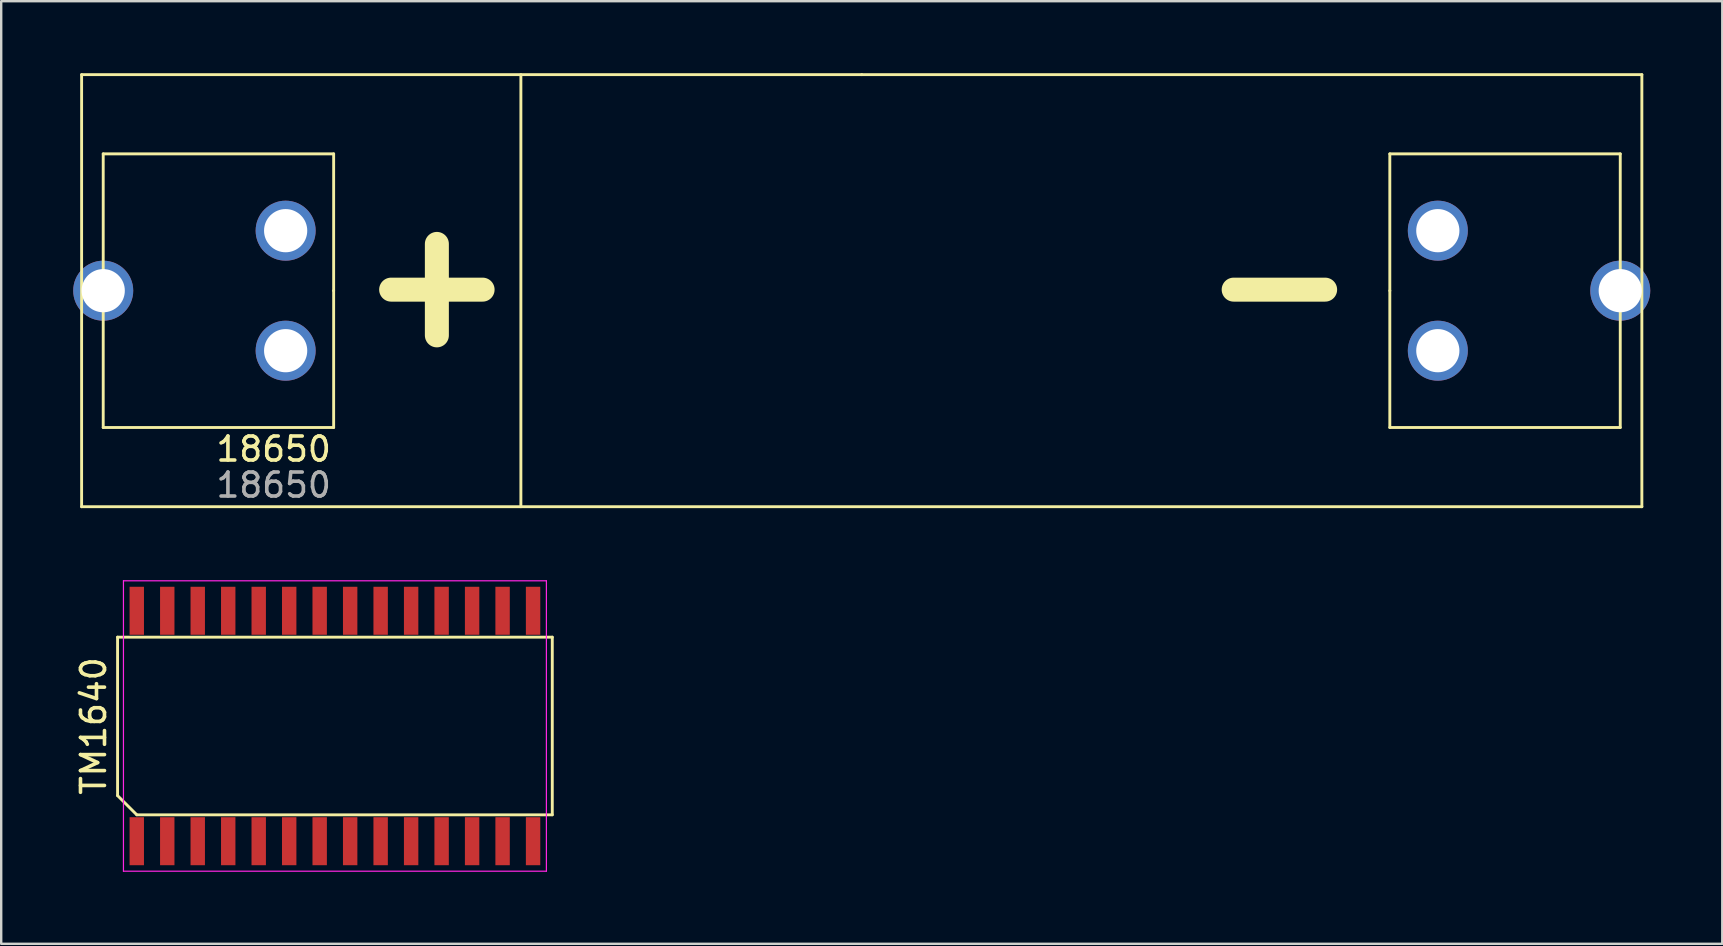
<source format=kicad_pcb>
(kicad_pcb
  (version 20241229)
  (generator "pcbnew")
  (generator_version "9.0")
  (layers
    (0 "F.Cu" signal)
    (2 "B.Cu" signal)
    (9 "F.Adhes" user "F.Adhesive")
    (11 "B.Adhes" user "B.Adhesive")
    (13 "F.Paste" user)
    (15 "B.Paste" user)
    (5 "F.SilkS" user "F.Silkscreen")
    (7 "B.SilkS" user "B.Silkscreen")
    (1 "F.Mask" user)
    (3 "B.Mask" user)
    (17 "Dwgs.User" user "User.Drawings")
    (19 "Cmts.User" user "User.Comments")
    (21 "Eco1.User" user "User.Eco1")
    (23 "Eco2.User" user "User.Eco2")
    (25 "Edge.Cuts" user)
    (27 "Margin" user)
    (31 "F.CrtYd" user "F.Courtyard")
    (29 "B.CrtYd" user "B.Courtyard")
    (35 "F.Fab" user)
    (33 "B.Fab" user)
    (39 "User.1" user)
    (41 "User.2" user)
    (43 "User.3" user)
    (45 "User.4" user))
  (footprint "18650"
    (layer "F.Cu")
    (at 8.85 9.06)
    (property "Reference" "18650" (at -0.5 6.6 0) (unlocked yes) (layer "F.SilkS") (effects (font (size 1 1) (thickness 0.15))))
    (attr through_hole)
    (fp_line (start -8.5 -9) (end -8.5 9) (stroke (width 0.12) (type solid)) (layer "F.SilkS"))
    (fp_line (start -8.5 9) (end 56.5 9) (stroke (width 0.12) (type solid)) (layer "F.SilkS"))
    (fp_line (start -7.6 -5.7) (end -7.6 5.7) (stroke (width 0.12) (type solid)) (layer "F.SilkS"))
    (fp_line (start -7.6 5.7) (end 2 5.7) (stroke (width 0.12) (type solid)) (layer "F.SilkS"))
    (fp_line (start 2 -5.7) (end -7.6 -5.7) (stroke (width 0.12) (type solid)) (layer "F.SilkS"))
    (fp_line (start 2 0) (end 2 -5.7) (stroke (width 0.12) (type solid)) (layer "F.SilkS"))
    (fp_line (start 2 5.7) (end 2 0) (stroke (width 0.12) (type solid)) (layer "F.SilkS"))
    (fp_line (start 9.8 9) (end 9.8 -9) (stroke (width 0.12) (type solid)) (layer "F.SilkS"))
    (fp_line (start 24 -9) (end -8.5 -9) (stroke (width 0.12) (type solid)) (layer "F.SilkS"))
    (fp_line (start 46 -5.7) (end 55.6 -5.7) (stroke (width 0.12) (type solid)) (layer "F.SilkS"))
    (fp_line (start 46 0) (end 46 -5.7) (stroke (width 0.12) (type solid)) (layer "F.SilkS"))
    (fp_line (start 46 5.7) (end 46 0) (stroke (width 0.12) (type solid)) (layer "F.SilkS"))
    (fp_line (start 55.6 -5.7) (end 55.6 5.7) (stroke (width 0.12) (type solid)) (layer "F.SilkS"))
    (fp_line (start 55.6 5.7) (end 46 5.7) (stroke (width 0.12) (type solid)) (layer "F.SilkS"))
    (fp_line (start 56.5 -9) (end 24 -9) (stroke (width 0.12) (type solid)) (layer "F.SilkS"))
    (fp_line (start 56.5 9) (end 56.5 -9) (stroke (width 0.12) (type solid)) (layer "F.SilkS"))
    (fp_text user "+" (at 6.3 -0.4 0) (unlocked yes) (layer "F.SilkS") (effects (font (size 5 5) (thickness 1))))
    (fp_text user "-" (at 41.4 -0.4 0) (unlocked yes) (layer "F.SilkS") (effects (font (size 5 5) (thickness 1))))
    (fp_text user "${REFERENCE}" (at -0.5 8.1 0) (unlocked yes) (layer "F.Fab") (effects (font (size 1 1) (thickness 0.15))))
    (pad "1" thru_hole circle (at -7.6 0) (size 2.5 2.5) (drill 1.8) (layers "*.Cu" "*.Mask"))
    (pad "1" thru_hole circle (at 0 -2.5) (size 2.5 2.5) (drill 1.8) (layers "*.Cu" "*.Mask"))
    (pad "1" thru_hole circle (at 0 2.5) (size 2.5 2.5) (drill 1.8) (layers "*.Cu" "*.Mask"))
    (pad "2" thru_hole circle (at 48 -2.5) (size 2.5 2.5) (drill 1.8) (layers "*.Cu" "*.Mask"))
    (pad "2" thru_hole circle (at 48 2.5) (size 2.5 2.5) (drill 1.8) (layers "*.Cu" "*.Mask"))
    (pad "2" thru_hole circle (at 55.6 0) (size 2.5 2.5) (drill 1.8) (layers "*.Cu" "*.Mask")))
  (footprint "TM1640"
    (layer "F.Cu")
    (at 10.903 27.195)
    (property "Reference" "TM1640" (at -10.055 0 90) (layer "F.SilkS") (effects (font (size 1 1) (thickness 0.15))))
    (attr smd)
    (fp_line (start -9.055 -3.7) (end 9.055 -3.7) (stroke (width 0.12) (type solid)) (layer "F.SilkS"))
    (fp_line (start -9.055 2.9) (end -9.055 -3.7) (stroke (width 0.12) (type solid)) (layer "F.SilkS"))
    (fp_line (start -8.255 3.7) (end -9.055 2.9) (stroke (width 0.12) (type solid)) (layer "F.SilkS"))
    (fp_line (start 9.055 -3.7) (end 9.055 3.7) (stroke (width 0.12) (type solid)) (layer "F.SilkS"))
    (fp_line (start 9.055 3.7) (end -8.255 3.7) (stroke (width 0.12) (type solid)) (layer "F.SilkS"))
    (fp_line (start -8.81 -6.05) (end 8.81 -6.05) (stroke (width 0.05) (type solid)) (layer "F.CrtYd"))
    (fp_line (start -8.81 6.05) (end -8.81 -6.05) (stroke (width 0.05) (type solid)) (layer "F.CrtYd"))
    (fp_line (start 8.81 -6.05) (end 8.81 6.05) (stroke (width 0.05) (type solid)) (layer "F.CrtYd"))
    (fp_line (start 8.81 6.05) (end -8.81 6.05) (stroke (width 0.05) (type solid)) (layer "F.CrtYd"))
    (pad "1" smd rect (at -8.255 4.8) (size 0.6 2) (layers "F.Cu" "F.Mask" "F.Paste"))
    (pad "2" smd rect (at -6.985 4.8) (size 0.6 2) (layers "F.Cu" "F.Mask" "F.Paste"))
    (pad "3" smd rect (at -5.715 4.8) (size 0.6 2) (layers "F.Cu" "F.Mask" "F.Paste"))
    (pad "4" smd rect (at -4.445 4.8) (size 0.6 2) (layers "F.Cu" "F.Mask" "F.Paste"))
    (pad "5" smd rect (at -3.175 4.8) (size 0.6 2) (layers "F.Cu" "F.Mask" "F.Paste"))
    (pad "6" smd rect (at -1.905 4.8) (size 0.6 2) (layers "F.Cu" "F.Mask" "F.Paste"))
    (pad "7" smd rect (at -0.635 4.8) (size 0.6 2) (layers "F.Cu" "F.Mask" "F.Paste"))
    (pad "8" smd rect (at 0.635 4.8) (size 0.6 2) (layers "F.Cu" "F.Mask" "F.Paste"))
    (pad "9" smd rect (at 1.905 4.8) (size 0.6 2) (layers "F.Cu" "F.Mask" "F.Paste"))
    (pad "10" smd rect (at 3.175 4.8) (size 0.6 2) (layers "F.Cu" "F.Mask" "F.Paste"))
    (pad "11" smd rect (at 4.445 4.8) (size 0.6 2) (layers "F.Cu" "F.Mask" "F.Paste"))
    (pad "12" smd rect (at 5.715 4.8) (size 0.6 2) (layers "F.Cu" "F.Mask" "F.Paste"))
    (pad "13" smd rect (at 6.985 4.8) (size 0.6 2) (layers "F.Cu" "F.Mask" "F.Paste"))
    (pad "14" smd rect (at 8.255 4.8) (size 0.6 2) (layers "F.Cu" "F.Mask" "F.Paste"))
    (pad "15" smd rect (at 8.255 -4.8) (size 0.6 2) (layers "F.Cu" "F.Mask" "F.Paste"))
    (pad "16" smd rect (at 6.985 -4.8) (size 0.6 2) (layers "F.Cu" "F.Mask" "F.Paste"))
    (pad "17" smd rect (at 5.715 -4.8) (size 0.6 2) (layers "F.Cu" "F.Mask" "F.Paste"))
    (pad "18" smd rect (at 4.445 -4.8) (size 0.6 2) (layers "F.Cu" "F.Mask" "F.Paste"))
    (pad "19" smd rect (at 3.175 -4.8) (size 0.6 2) (layers "F.Cu" "F.Mask" "F.Paste"))
    (pad "20" smd rect (at 1.905 -4.8) (size 0.6 2) (layers "F.Cu" "F.Mask" "F.Paste"))
    (pad "21" smd rect (at 0.635 -4.8) (size 0.6 2) (layers "F.Cu" "F.Mask" "F.Paste"))
    (pad "22" smd rect (at -0.635 -4.8) (size 0.6 2) (layers "F.Cu" "F.Mask" "F.Paste"))
    (pad "23" smd rect (at -1.905 -4.8) (size 0.6 2) (layers "F.Cu" "F.Mask" "F.Paste"))
    (pad "24" smd rect (at -3.175 -4.8) (size 0.6 2) (layers "F.Cu" "F.Mask" "F.Paste"))
    (pad "25" smd rect (at -4.445 -4.8) (size 0.6 2) (layers "F.Cu" "F.Mask" "F.Paste"))
    (pad "26" smd rect (at -5.715 -4.8) (size 0.6 2) (layers "F.Cu" "F.Mask" "F.Paste"))
    (pad "27" smd rect (at -6.985 -4.8) (size 0.6 2) (layers "F.Cu" "F.Mask" "F.Paste"))
    (pad "28" smd rect (at -8.255 -4.8) (size 0.6 2) (layers "F.Cu" "F.Mask" "F.Paste")))
  (gr_rect
    (start -3 -3)
    (end 68.7 36.27)
    (stroke (width 0.1) (type default))
    (fill no)
    (layer "Edge.Cuts")))
</source>
